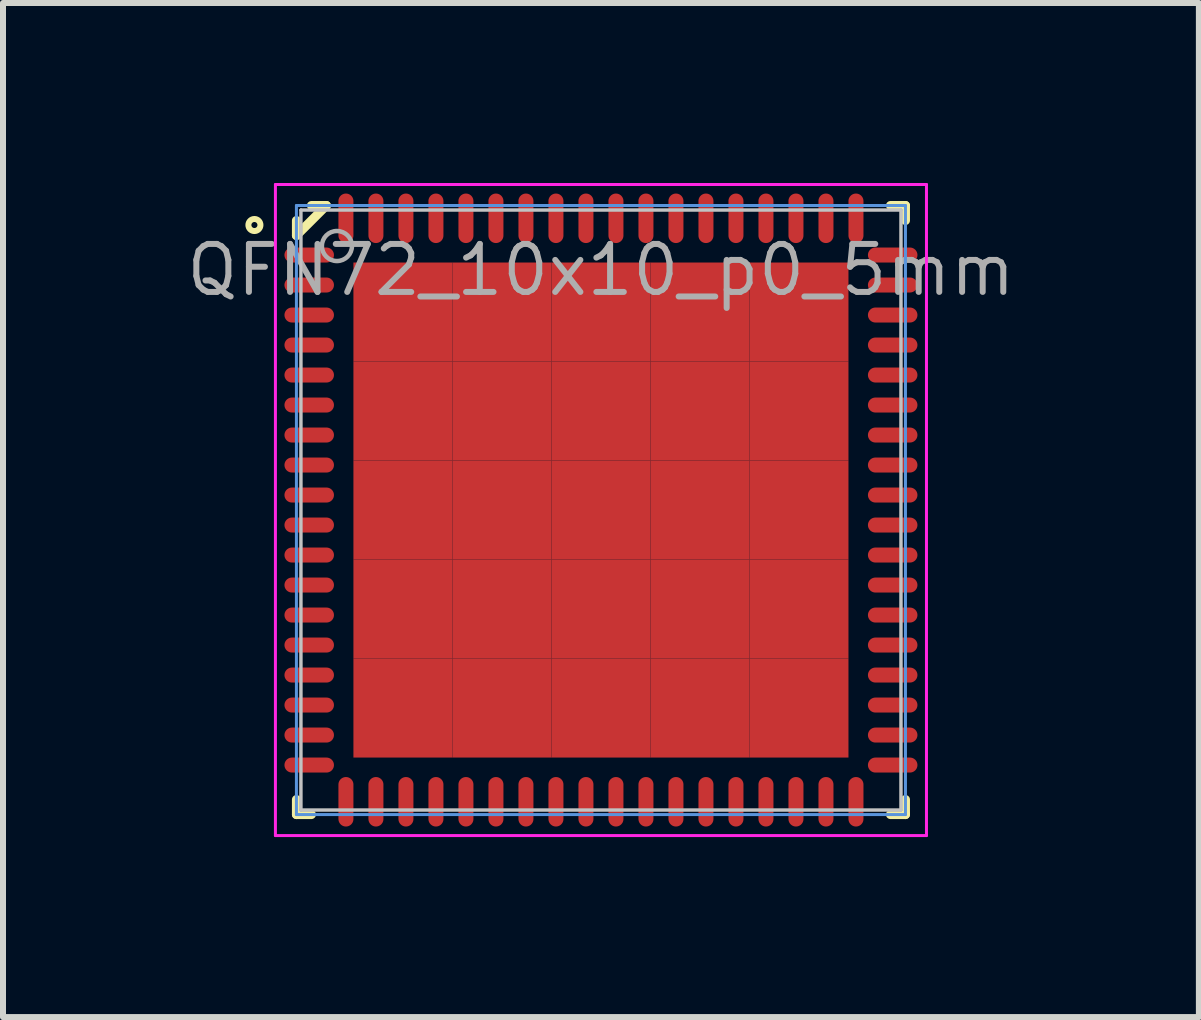
<source format=kicad_pcb>
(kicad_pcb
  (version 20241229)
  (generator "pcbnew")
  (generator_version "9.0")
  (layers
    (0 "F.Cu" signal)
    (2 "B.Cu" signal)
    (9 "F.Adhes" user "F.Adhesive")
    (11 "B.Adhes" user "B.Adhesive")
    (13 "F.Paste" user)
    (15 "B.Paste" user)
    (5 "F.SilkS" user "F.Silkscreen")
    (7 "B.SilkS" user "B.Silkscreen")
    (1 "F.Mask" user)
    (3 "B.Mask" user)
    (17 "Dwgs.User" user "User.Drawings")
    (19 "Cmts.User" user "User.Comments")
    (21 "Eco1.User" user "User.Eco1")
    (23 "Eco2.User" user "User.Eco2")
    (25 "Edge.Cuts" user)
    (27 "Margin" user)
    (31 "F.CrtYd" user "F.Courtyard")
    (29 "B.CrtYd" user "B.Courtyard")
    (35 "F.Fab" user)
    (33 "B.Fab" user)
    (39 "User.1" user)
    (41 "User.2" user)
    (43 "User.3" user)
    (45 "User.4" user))
  (footprint "QFN72_10x10_p0_5mm"
    (layer "F.Cu")
    (at 6.965 5.45)
    (property "Reference" "QFN72_10x10_p0_5mm" (at 0 -4 0) (layer "F.Fab") (effects (font (size 0.8 0.8) (thickness 0.1))))
    (attr through_hole)
    (fp_line (start -5.075 -4.575) (end -5.075 -4.825) (stroke (width 0.15) (type solid)) (layer "F.SilkS"))
    (fp_line (start -5.075 -4.575) (end -4.575 -5.075) (stroke (width 0.15) (type solid)) (layer "F.SilkS"))
    (fp_line (start -5.075 5.075) (end -5.075 4.825) (stroke (width 0.15) (type solid)) (layer "F.SilkS"))
    (fp_line (start -5.075 5.075) (end -4.825 5.075) (stroke (width 0.15) (type solid)) (layer "F.SilkS"))
    (fp_line (start -4.825 -5.075) (end -4.575 -5.075) (stroke (width 0.15) (type solid)) (layer "F.SilkS"))
    (fp_line (start 5.075 -5.075) (end 4.825 -5.075) (stroke (width 0.15) (type solid)) (layer "F.SilkS"))
    (fp_line (start 5.075 -5.075) (end 5.075 -4.825) (stroke (width 0.15) (type solid)) (layer "F.SilkS"))
    (fp_line (start 5.075 5.075) (end 4.825 5.075) (stroke (width 0.15) (type solid)) (layer "F.SilkS"))
    (fp_line (start 5.075 5.075) (end 5.075 4.825) (stroke (width 0.15) (type solid)) (layer "F.SilkS"))
    (fp_circle (center -5.775 -4.75) (end -5.704 -4.679) (stroke (width 0.1) (type solid)) (fill no) (layer "F.SilkS"))
    (fp_line (start -5 -5) (end -5 5) (stroke (width 0.05) (type solid)) (layer "Dwgs.User"))
    (fp_line (start -5 -5) (end 5 -5) (stroke (width 0.05) (type solid)) (layer "Dwgs.User"))
    (fp_line (start -5 5) (end 5 5) (stroke (width 0.05) (type solid)) (layer "Dwgs.User"))
    (fp_line (start 5 -5) (end 5 5) (stroke (width 0.05) (type solid)) (layer "Dwgs.User"))
    (fp_line (start -5.075 -5.075) (end -5.075 5.075) (stroke (width 0.05) (type solid)) (layer "Cmts.User"))
    (fp_line (start -5.075 -5.075) (end 5.075 -5.075) (stroke (width 0.05) (type solid)) (layer "Cmts.User"))
    (fp_line (start -5.075 5.075) (end 5.075 5.075) (stroke (width 0.05) (type solid)) (layer "Cmts.User"))
    (fp_line (start 5.075 -5.075) (end 5.075 5.075) (stroke (width 0.05) (type solid)) (layer "Cmts.User"))
    (fp_line (start -4.925 -4.925) (end -4.925 4.925) (stroke (width 0.05) (type solid)) (layer "Eco1.User"))
    (fp_line (start -4.925 -4.925) (end 4.925 -4.925) (stroke (width 0.05) (type solid)) (layer "Eco1.User"))
    (fp_line (start -4.925 4.925) (end 4.925 4.925) (stroke (width 0.05) (type solid)) (layer "Eco1.User"))
    (fp_line (start 4.925 -4.925) (end 4.925 4.925) (stroke (width 0.05) (type solid)) (layer "Eco1.User"))
    (fp_line (start -5.425 -5.425) (end -5.425 5.425) (stroke (width 0.05) (type solid)) (layer "F.CrtYd"))
    (fp_line (start -5.425 -5.425) (end 5.425 -5.425) (stroke (width 0.05) (type solid)) (layer "F.CrtYd"))
    (fp_line (start -5.425 5.425) (end 5.425 5.425) (stroke (width 0.05) (type solid)) (layer "F.CrtYd"))
    (fp_line (start 5.425 -5.425) (end 5.425 5.425) (stroke (width 0.05) (type solid)) (layer "F.CrtYd"))
    (fp_line (start -5 -5) (end -5 5) (stroke (width 0.05) (type solid)) (layer "F.Fab"))
    (fp_line (start -5 -5) (end 5 -5) (stroke (width 0.05) (type solid)) (layer "F.Fab"))
    (fp_line (start -5 5) (end 5 5) (stroke (width 0.05) (type solid)) (layer "F.Fab"))
    (fp_line (start 5 -5) (end 5 5) (stroke (width 0.05) (type solid)) (layer "F.Fab"))
    (fp_circle (center -4.4 -4.4) (end -4.223 -4.223) (stroke (width 0.075) (type solid)) (fill no) (layer "F.Fab"))
    (pad "1" smd oval (at -4.862 -4.25 180) (size 0.825 0.25) (layers "F.Cu" "F.Mask" "F.Paste"))
    (pad "2" smd oval (at -4.862 -3.75 180) (size 0.825 0.25) (layers "F.Cu" "F.Mask" "F.Paste"))
    (pad "3" smd oval (at -4.862 -3.25 180) (size 0.825 0.25) (layers "F.Cu" "F.Mask" "F.Paste"))
    (pad "4" smd oval (at -4.862 -2.75 180) (size 0.825 0.25) (layers "F.Cu" "F.Mask" "F.Paste"))
    (pad "5" smd oval (at -4.862 -2.25 180) (size 0.825 0.25) (layers "F.Cu" "F.Mask" "F.Paste"))
    (pad "6" smd oval (at -4.862 -1.75 180) (size 0.825 0.25) (layers "F.Cu" "F.Mask" "F.Paste"))
    (pad "7" smd oval (at -4.862 -1.25 180) (size 0.825 0.25) (layers "F.Cu" "F.Mask" "F.Paste"))
    (pad "8" smd oval (at -4.862 -0.75 180) (size 0.825 0.25) (layers "F.Cu" "F.Mask" "F.Paste"))
    (pad "9" smd oval (at -4.862 -0.25 180) (size 0.825 0.25) (layers "F.Cu" "F.Mask" "F.Paste"))
    (pad "10" smd oval (at -4.862 0.25 180) (size 0.825 0.25) (layers "F.Cu" "F.Mask" "F.Paste"))
    (pad "11" smd oval (at -4.862 0.75 180) (size 0.825 0.25) (layers "F.Cu" "F.Mask" "F.Paste"))
    (pad "12" smd oval (at -4.862 1.25 180) (size 0.825 0.25) (layers "F.Cu" "F.Mask" "F.Paste"))
    (pad "13" smd oval (at -4.862 1.75 180) (size 0.825 0.25) (layers "F.Cu" "F.Mask" "F.Paste"))
    (pad "14" smd oval (at -4.862 2.25 180) (size 0.825 0.25) (layers "F.Cu" "F.Mask" "F.Paste"))
    (pad "15" smd oval (at -4.862 2.75 180) (size 0.825 0.25) (layers "F.Cu" "F.Mask" "F.Paste"))
    (pad "16" smd oval (at -4.862 3.25 180) (size 0.825 0.25) (layers "F.Cu" "F.Mask" "F.Paste"))
    (pad "17" smd oval (at -4.862 3.75 180) (size 0.825 0.25) (layers "F.Cu" "F.Mask" "F.Paste"))
    (pad "18" smd oval (at -4.862 4.25 180) (size 0.825 0.25) (layers "F.Cu" "F.Mask" "F.Paste"))
    (pad "19" smd oval (at -4.25 4.862 270) (size 0.825 0.25) (layers "F.Cu" "F.Mask" "F.Paste"))
    (pad "20" smd oval (at -3.75 4.862 270) (size 0.825 0.25) (layers "F.Cu" "F.Mask" "F.Paste"))
    (pad "21" smd oval (at -3.25 4.862 270) (size 0.825 0.25) (layers "F.Cu" "F.Mask" "F.Paste"))
    (pad "22" smd oval (at -2.75 4.862 270) (size 0.825 0.25) (layers "F.Cu" "F.Mask" "F.Paste"))
    (pad "23" smd oval (at -2.25 4.862 270) (size 0.825 0.25) (layers "F.Cu" "F.Mask" "F.Paste"))
    (pad "24" smd oval (at -1.75 4.862 270) (size 0.825 0.25) (layers "F.Cu" "F.Mask" "F.Paste"))
    (pad "25" smd oval (at -1.25 4.862 270) (size 0.825 0.25) (layers "F.Cu" "F.Mask" "F.Paste"))
    (pad "26" smd oval (at -0.75 4.862 270) (size 0.825 0.25) (layers "F.Cu" "F.Mask" "F.Paste"))
    (pad "27" smd oval (at -0.25 4.862 270) (size 0.825 0.25) (layers "F.Cu" "F.Mask" "F.Paste"))
    (pad "28" smd oval (at 0.25 4.862 270) (size 0.825 0.25) (layers "F.Cu" "F.Mask" "F.Paste"))
    (pad "29" smd oval (at 0.75 4.862 270) (size 0.825 0.25) (layers "F.Cu" "F.Mask" "F.Paste"))
    (pad "30" smd oval (at 1.25 4.862 270) (size 0.825 0.25) (layers "F.Cu" "F.Mask" "F.Paste"))
    (pad "31" smd oval (at 1.75 4.862 270) (size 0.825 0.25) (layers "F.Cu" "F.Mask" "F.Paste"))
    (pad "32" smd oval (at 2.25 4.862 270) (size 0.825 0.25) (layers "F.Cu" "F.Mask" "F.Paste"))
    (pad "33" smd oval (at 2.75 4.862 270) (size 0.825 0.25) (layers "F.Cu" "F.Mask" "F.Paste"))
    (pad "34" smd oval (at 3.25 4.862 270) (size 0.825 0.25) (layers "F.Cu" "F.Mask" "F.Paste"))
    (pad "35" smd oval (at 3.75 4.862 270) (size 0.825 0.25) (layers "F.Cu" "F.Mask" "F.Paste"))
    (pad "36" smd oval (at 4.25 4.862 270) (size 0.825 0.25) (layers "F.Cu" "F.Mask" "F.Paste"))
    (pad "37" smd oval (at 4.862 4.25) (size 0.825 0.25) (layers "F.Cu" "F.Mask" "F.Paste"))
    (pad "38" smd oval (at 4.862 3.75) (size 0.825 0.25) (layers "F.Cu" "F.Mask" "F.Paste"))
    (pad "39" smd oval (at 4.862 3.25) (size 0.825 0.25) (layers "F.Cu" "F.Mask" "F.Paste"))
    (pad "40" smd oval (at 4.862 2.75) (size 0.825 0.25) (layers "F.Cu" "F.Mask" "F.Paste"))
    (pad "41" smd oval (at 4.862 2.25) (size 0.825 0.25) (layers "F.Cu" "F.Mask" "F.Paste"))
    (pad "42" smd oval (at 4.862 1.75) (size 0.825 0.25) (layers "F.Cu" "F.Mask" "F.Paste"))
    (pad "43" smd oval (at 4.862 1.25) (size 0.825 0.25) (layers "F.Cu" "F.Mask" "F.Paste"))
    (pad "44" smd oval (at 4.862 0.75) (size 0.825 0.25) (layers "F.Cu" "F.Mask" "F.Paste"))
    (pad "45" smd oval (at 4.862 0.25) (size 0.825 0.25) (layers "F.Cu" "F.Mask" "F.Paste"))
    (pad "46" smd oval (at 4.862 -0.25) (size 0.825 0.25) (layers "F.Cu" "F.Mask" "F.Paste"))
    (pad "47" smd oval (at 4.862 -0.75) (size 0.825 0.25) (layers "F.Cu" "F.Mask" "F.Paste"))
    (pad "48" smd oval (at 4.862 -1.25) (size 0.825 0.25) (layers "F.Cu" "F.Mask" "F.Paste"))
    (pad "49" smd oval (at 4.862 -1.75) (size 0.825 0.25) (layers "F.Cu" "F.Mask" "F.Paste"))
    (pad "50" smd oval (at 4.862 -2.25) (size 0.825 0.25) (layers "F.Cu" "F.Mask" "F.Paste"))
    (pad "51" smd oval (at 4.862 -2.75) (size 0.825 0.25) (layers "F.Cu" "F.Mask" "F.Paste"))
    (pad "52" smd oval (at 4.862 -3.25) (size 0.825 0.25) (layers "F.Cu" "F.Mask" "F.Paste"))
    (pad "53" smd oval (at 4.862 -3.75) (size 0.825 0.25) (layers "F.Cu" "F.Mask" "F.Paste"))
    (pad "54" smd oval (at 4.862 -4.25) (size 0.825 0.25) (layers "F.Cu" "F.Mask" "F.Paste"))
    (pad "55" smd oval (at 4.25 -4.862 90) (size 0.825 0.25) (layers "F.Cu" "F.Mask" "F.Paste"))
    (pad "56" smd oval (at 3.75 -4.862 90) (size 0.825 0.25) (layers "F.Cu" "F.Mask" "F.Paste"))
    (pad "57" smd oval (at 3.25 -4.862 90) (size 0.825 0.25) (layers "F.Cu" "F.Mask" "F.Paste"))
    (pad "58" smd oval (at 2.75 -4.862 90) (size 0.825 0.25) (layers "F.Cu" "F.Mask" "F.Paste"))
    (pad "59" smd oval (at 2.25 -4.862 90) (size 0.825 0.25) (layers "F.Cu" "F.Mask" "F.Paste"))
    (pad "60" smd oval (at 1.75 -4.862 90) (size 0.825 0.25) (layers "F.Cu" "F.Mask" "F.Paste"))
    (pad "61" smd oval (at 1.25 -4.862 90) (size 0.825 0.25) (layers "F.Cu" "F.Mask" "F.Paste"))
    (pad "62" smd oval (at 0.75 -4.862 90) (size 0.825 0.25) (layers "F.Cu" "F.Mask" "F.Paste"))
    (pad "63" smd oval (at 0.25 -4.862 90) (size 0.825 0.25) (layers "F.Cu" "F.Mask" "F.Paste"))
    (pad "64" smd oval (at -0.25 -4.862 90) (size 0.825 0.25) (layers "F.Cu" "F.Mask" "F.Paste"))
    (pad "65" smd oval (at -0.75 -4.862 90) (size 0.825 0.25) (layers "F.Cu" "F.Mask" "F.Paste"))
    (pad "66" smd oval (at -1.25 -4.862 90) (size 0.825 0.25) (layers "F.Cu" "F.Mask" "F.Paste"))
    (pad "67" smd oval (at -1.75 -4.862 90) (size 0.825 0.25) (layers "F.Cu" "F.Mask" "F.Paste"))
    (pad "68" smd oval (at -2.25 -4.862 90) (size 0.825 0.25) (layers "F.Cu" "F.Mask" "F.Paste"))
    (pad "69" smd oval (at -2.75 -4.862 90) (size 0.825 0.25) (layers "F.Cu" "F.Mask" "F.Paste"))
    (pad "70" smd oval (at -3.25 -4.862 90) (size 0.825 0.25) (layers "F.Cu" "F.Mask" "F.Paste"))
    (pad "71" smd oval (at -3.75 -4.862 90) (size 0.825 0.25) (layers "F.Cu" "F.Mask" "F.Paste"))
    (pad "72" smd oval (at -4.25 -4.862 90) (size 0.825 0.25) (layers "F.Cu" "F.Mask" "F.Paste"))
    (pad "73" smd rect (at -3.3 -3.3) (size 1.65 1.65) (layers "F.Cu" "F.Mask" "F.Paste"))
    (pad "73" smd rect (at -3.3 -1.65) (size 1.65 1.65) (layers "F.Cu" "F.Mask" "F.Paste"))
    (pad "73" smd rect (at -3.3 0) (size 1.65 1.65) (layers "F.Cu" "F.Mask" "F.Paste"))
    (pad "73" smd rect (at -3.3 1.65) (size 1.65 1.65) (layers "F.Cu" "F.Mask" "F.Paste"))
    (pad "73" smd rect (at -3.3 3.3) (size 1.65 1.65) (layers "F.Cu" "F.Mask" "F.Paste"))
    (pad "73" smd rect (at -1.65 -3.3) (size 1.65 1.65) (layers "F.Cu" "F.Mask" "F.Paste"))
    (pad "73" smd rect (at -1.65 -1.65) (size 1.65 1.65) (layers "F.Cu" "F.Mask" "F.Paste"))
    (pad "73" smd rect (at -1.65 0) (size 1.65 1.65) (layers "F.Cu" "F.Mask" "F.Paste"))
    (pad "73" smd rect (at -1.65 1.65) (size 1.65 1.65) (layers "F.Cu" "F.Mask" "F.Paste"))
    (pad "73" smd rect (at -1.65 3.3) (size 1.65 1.65) (layers "F.Cu" "F.Mask" "F.Paste"))
    (pad "73" smd rect (at 0 -3.3) (size 1.65 1.65) (layers "F.Cu" "F.Mask" "F.Paste"))
    (pad "73" smd rect (at 0 -1.65) (size 1.65 1.65) (layers "F.Cu" "F.Mask" "F.Paste"))
    (pad "73" smd rect (at 0 0) (size 1.65 1.65) (layers "F.Cu" "F.Mask" "F.Paste"))
    (pad "73" smd rect (at 0 1.65) (size 1.65 1.65) (layers "F.Cu" "F.Mask" "F.Paste"))
    (pad "73" smd rect (at 0 3.3) (size 1.65 1.65) (layers "F.Cu" "F.Mask" "F.Paste"))
    (pad "73" smd rect (at 1.65 -3.3) (size 1.65 1.65) (layers "F.Cu" "F.Mask" "F.Paste"))
    (pad "73" smd rect (at 1.65 -1.65) (size 1.65 1.65) (layers "F.Cu" "F.Mask" "F.Paste"))
    (pad "73" smd rect (at 1.65 0) (size 1.65 1.65) (layers "F.Cu" "F.Mask" "F.Paste"))
    (pad "73" smd rect (at 1.65 1.65) (size 1.65 1.65) (layers "F.Cu" "F.Mask" "F.Paste"))
    (pad "73" smd rect (at 1.65 3.3) (size 1.65 1.65) (layers "F.Cu" "F.Mask" "F.Paste"))
    (pad "73" smd rect (at 3.3 -3.3) (size 1.65 1.65) (layers "F.Cu" "F.Mask" "F.Paste"))
    (pad "73" smd rect (at 3.3 -1.65) (size 1.65 1.65) (layers "F.Cu" "F.Mask" "F.Paste"))
    (pad "73" smd rect (at 3.3 0) (size 1.65 1.65) (layers "F.Cu" "F.Mask" "F.Paste"))
    (pad "73" smd rect (at 3.3 1.65) (size 1.65 1.65) (layers "F.Cu" "F.Mask" "F.Paste"))
    (pad "73" smd rect (at 3.3 3.3) (size 1.65 1.65) (layers "F.Cu" "F.Mask" "F.Paste")))
  (gr_rect
    (start -3 -3)
    (end 16.93 13.9)
    (stroke (width 0.1) (type default))
    (fill no)
    (layer "Edge.Cuts")))
</source>
